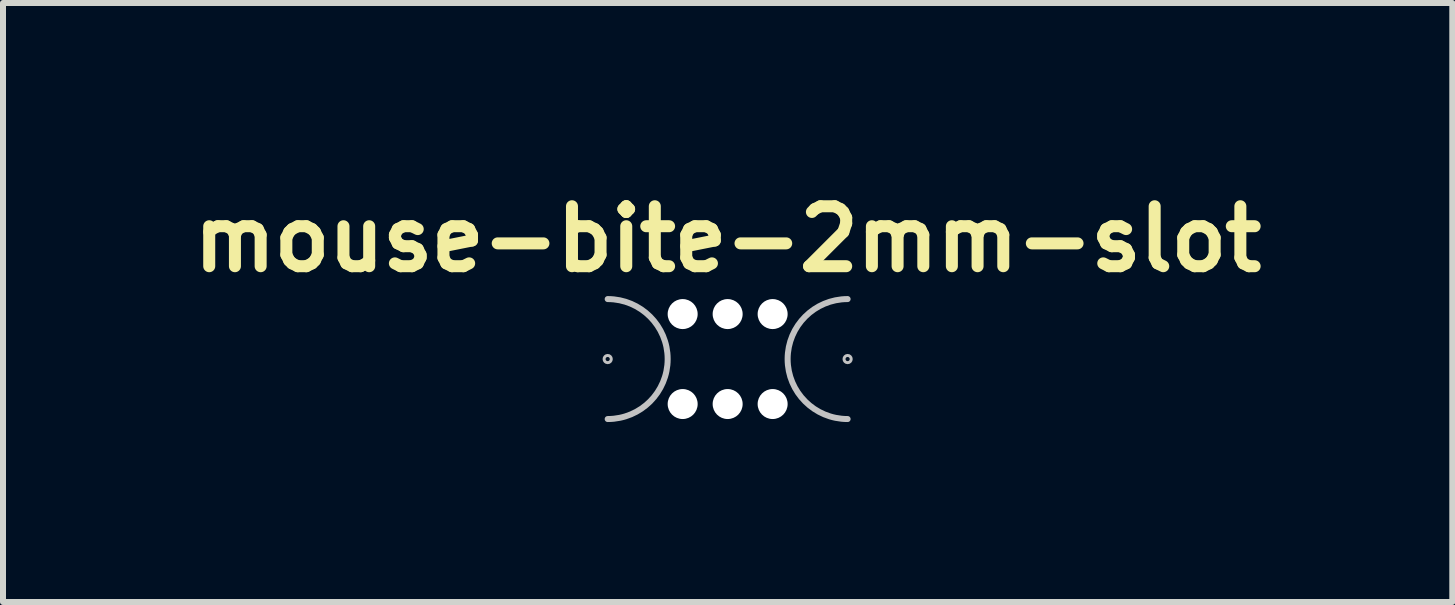
<source format=kicad_pcb>
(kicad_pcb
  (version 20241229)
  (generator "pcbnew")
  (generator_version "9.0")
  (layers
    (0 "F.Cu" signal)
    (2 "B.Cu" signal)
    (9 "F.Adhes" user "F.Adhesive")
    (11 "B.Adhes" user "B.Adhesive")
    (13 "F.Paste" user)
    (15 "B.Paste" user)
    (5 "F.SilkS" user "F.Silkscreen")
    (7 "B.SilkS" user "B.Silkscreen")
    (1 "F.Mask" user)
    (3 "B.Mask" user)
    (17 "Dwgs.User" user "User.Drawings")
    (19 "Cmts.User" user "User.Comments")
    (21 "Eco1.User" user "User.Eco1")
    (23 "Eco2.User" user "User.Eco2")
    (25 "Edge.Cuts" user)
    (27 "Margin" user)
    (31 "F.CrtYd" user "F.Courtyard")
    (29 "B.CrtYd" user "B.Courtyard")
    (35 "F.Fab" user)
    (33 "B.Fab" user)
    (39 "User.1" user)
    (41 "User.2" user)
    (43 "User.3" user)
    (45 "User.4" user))
  (footprint "mouse-bite-2mm-slot"
    (layer "F.Cu")
    (at 9.081 2.936)
    (property "Reference" "mouse-bite-2mm-slot" (at 0 -2 0) (layer "F.SilkS") (effects (font (size 1 1) (thickness 0.2))))
    (attr through_hole)
    (fp_arc (start -2 -1) (mid -1 0) (end -2 1) (stroke (width 0.1) (type solid)) (layer "Dwgs.User"))
    (fp_arc (start 2 1) (mid 1 0) (end 2 -1) (stroke (width 0.1) (type solid)) (layer "Dwgs.User"))
    (fp_circle (center -2 0) (end -2 -0.06) (stroke (width 0.05) (type solid)) (fill no) (layer "Dwgs.User"))
    (fp_circle (center 2 0) (end 2.06 0) (stroke (width 0.05) (type solid)) (fill no) (layer "Dwgs.User"))
    (fp_line (start -2 0) (end -2 0) (stroke (width 2) (type solid)) (layer "Eco1.User"))
    (fp_line (start 2 0) (end 2 0) (stroke (width 2) (type solid)) (layer "Eco1.User"))
    (pad "" np_thru_hole circle (at -0.75 -0.75) (size 0.5 0.5) (drill 0.5) (layers "*.Cu" "*.Mask"))
    (pad "" np_thru_hole circle (at -0.75 0.75) (size 0.5 0.5) (drill 0.5) (layers "*.Cu" "*.Mask"))
    (pad "" np_thru_hole circle (at 0 -0.75) (size 0.5 0.5) (drill 0.5) (layers "*.Cu" "*.Mask"))
    (pad "" np_thru_hole circle (at 0 0.75) (size 0.5 0.5) (drill 0.5) (layers "*.Cu" "*.Mask"))
    (pad "" np_thru_hole circle (at 0.75 -0.75) (size 0.5 0.5) (drill 0.5) (layers "*.Cu" "*.Mask"))
    (pad "" np_thru_hole circle (at 0.75 0.75) (size 0.5 0.5) (drill 0.5) (layers "*.Cu" "*.Mask")))
  (gr_rect
    (start -3 -3)
    (end 21.162 6.986)
    (stroke (width 0.1) (type default))
    (fill no)
    (layer "Edge.Cuts")))
</source>
